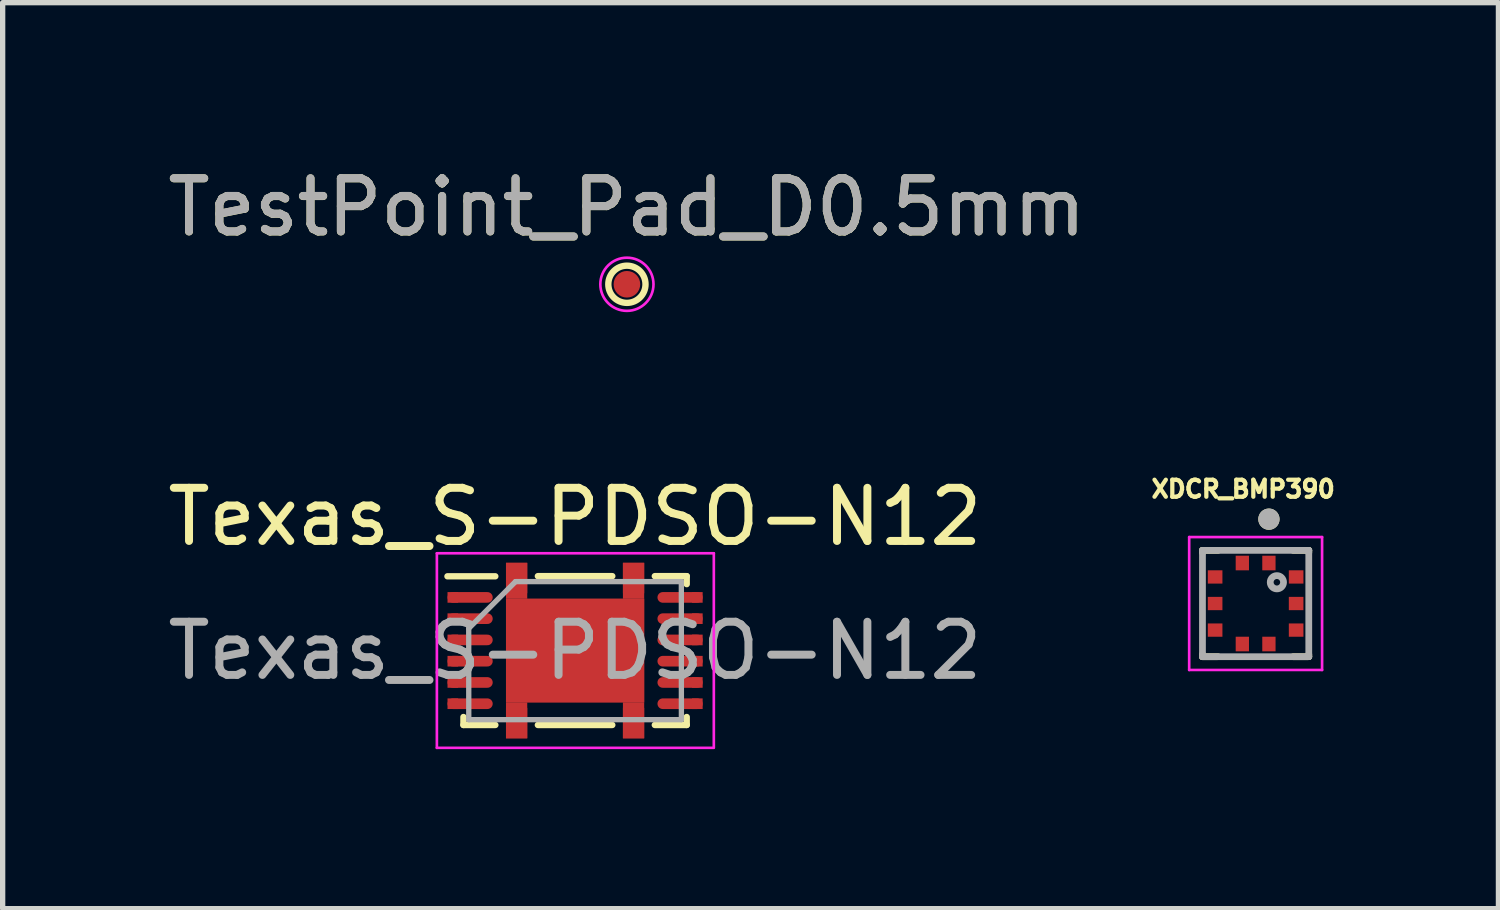
<source format=kicad_pcb>
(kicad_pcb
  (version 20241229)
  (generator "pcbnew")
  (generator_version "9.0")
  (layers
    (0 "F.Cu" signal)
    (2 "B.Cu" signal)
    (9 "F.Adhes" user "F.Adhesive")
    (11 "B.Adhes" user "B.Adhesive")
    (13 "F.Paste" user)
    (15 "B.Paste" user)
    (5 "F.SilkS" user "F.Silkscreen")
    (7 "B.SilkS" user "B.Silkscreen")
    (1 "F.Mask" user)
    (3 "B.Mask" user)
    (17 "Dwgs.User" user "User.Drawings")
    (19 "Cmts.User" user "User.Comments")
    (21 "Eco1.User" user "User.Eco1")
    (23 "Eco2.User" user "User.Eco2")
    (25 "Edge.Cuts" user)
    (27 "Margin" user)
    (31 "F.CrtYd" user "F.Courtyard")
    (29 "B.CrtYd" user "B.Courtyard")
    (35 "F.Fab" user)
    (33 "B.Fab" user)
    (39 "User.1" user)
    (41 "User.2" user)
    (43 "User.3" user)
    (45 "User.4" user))
  (footprint "Texas_S-PDSO-N12"
    (layer "F.Cu")
    (at 7.769 9.189)
    (property "Reference" "Texas_S-PDSO-N12" (at -0.001 -2.517 0) (layer "F.SilkS") (effects (font (size 1 1) (thickness 0.15))))
    (attr smd)
    (fp_line (start -2.1 1.4) (end -2.1 1.25) (stroke (width 0.12) (type solid)) (layer "F.SilkS"))
    (fp_line (start -1.501 -1.397) (end -2.401 -1.397) (stroke (width 0.12) (type solid)) (layer "F.SilkS"))
    (fp_line (start -1.5 1.4) (end -2.1 1.4) (stroke (width 0.12) (type solid)) (layer "F.SilkS"))
    (fp_line (start 0.7 -1.4) (end -0.7 -1.4) (stroke (width 0.12) (type solid)) (layer "F.SilkS"))
    (fp_line (start 0.7 1.4) (end -0.7 1.4) (stroke (width 0.12) (type solid)) (layer "F.SilkS"))
    (fp_line (start 1.5 -1.4) (end 2.1 -1.4) (stroke (width 0.12) (type solid)) (layer "F.SilkS"))
    (fp_line (start 2.1 -1.4) (end 2.1 -1.25) (stroke (width 0.12) (type solid)) (layer "F.SilkS"))
    (fp_line (start 2.1 1.4) (end 1.5 1.4) (stroke (width 0.12) (type solid)) (layer "F.SilkS"))
    (fp_line (start 2.1 1.4) (end 2.1 1.25) (stroke (width 0.12) (type solid)) (layer "F.SilkS"))
    (fp_line (start -2.6 -1.83) (end 2.61 -1.83) (stroke (width 0.05) (type solid)) (layer "F.CrtYd"))
    (fp_line (start -2.6 1.83) (end -2.6 -1.83) (stroke (width 0.05) (type solid)) (layer "F.CrtYd"))
    (fp_line (start -2.6 1.83) (end 2.61 1.83) (stroke (width 0.05) (type solid)) (layer "F.CrtYd"))
    (fp_line (start 2.61 1.82) (end 2.61 -1.83) (stroke (width 0.05) (type solid)) (layer "F.CrtYd"))
    (fp_line (start -2.001 -0.417) (end -2 1.3) (stroke (width 0.1) (type solid)) (layer "F.Fab"))
    (fp_line (start -2.001 -0.417) (end -1.121 -1.297) (stroke (width 0.1) (type solid)) (layer "F.Fab"))
    (fp_line (start -2 1.3) (end 2 1.3) (stroke (width 0.1) (type solid)) (layer "F.Fab"))
    (fp_line (start -1.121 -1.297) (end 1.999 -1.297) (stroke (width 0.1) (type solid)) (layer "F.Fab"))
    (fp_line (start 2 1.3) (end 1.999 -1.297) (stroke (width 0.1) (type solid)) (layer "F.Fab"))
    (fp_text user "${REFERENCE}" (at -0.001 0.003 0) (layer "F.Fab") (effects (font (size 1 1) (thickness 0.15))))
    (pad "1" smd rect (at -2.3 -1) (size 0.2 0.2) (layers "F.Cu" "F.Mask" "F.Paste"))
    (pad "1" smd oval (at -1.975 -1) (size 0.85 0.2) (layers "F.Cu" "F.Mask" "F.Paste"))
    (pad "2" smd rect (at -2.3 -0.6) (size 0.2 0.2) (layers "F.Cu" "F.Mask" "F.Paste"))
    (pad "2" smd oval (at -1.975 -0.6) (size 0.85 0.2) (layers "F.Cu" "F.Mask" "F.Paste"))
    (pad "3" smd rect (at -2.3 -0.2) (size 0.2 0.2) (layers "F.Cu" "F.Mask" "F.Paste"))
    (pad "3" smd oval (at -1.975 -0.2) (size 0.85 0.2) (layers "F.Cu" "F.Mask" "F.Paste"))
    (pad "4" smd rect (at -2.3 0.2) (size 0.2 0.2) (layers "F.Cu" "F.Mask" "F.Paste"))
    (pad "4" smd oval (at -1.975 0.2) (size 0.85 0.2) (layers "F.Cu" "F.Mask" "F.Paste"))
    (pad "5" smd rect (at -2.3 0.6) (size 0.2 0.2) (layers "F.Cu" "F.Mask" "F.Paste"))
    (pad "5" smd oval (at -1.975 0.6) (size 0.85 0.2) (layers "F.Cu" "F.Mask" "F.Paste"))
    (pad "6" smd rect (at -2.3 1) (size 0.2 0.2) (layers "F.Cu" "F.Mask" "F.Paste"))
    (pad "6" smd oval (at -1.975 1) (size 0.85 0.2) (layers "F.Cu" "F.Mask" "F.Paste"))
    (pad "7" smd oval (at 1.975 1) (size 0.85 0.2) (layers "F.Cu" "F.Mask" "F.Paste"))
    (pad "7" smd rect (at 2.3 1) (size 0.2 0.2) (layers "F.Cu" "F.Mask" "F.Paste"))
    (pad "8" smd oval (at 1.975 0.6) (size 0.85 0.2) (layers "F.Cu" "F.Mask" "F.Paste"))
    (pad "8" smd rect (at 2.3 0.6) (size 0.2 0.2) (layers "F.Cu" "F.Mask" "F.Paste"))
    (pad "9" smd oval (at 1.975 0.2) (size 0.85 0.2) (layers "F.Cu" "F.Mask" "F.Paste"))
    (pad "9" smd rect (at 2.3 0.2) (size 0.2 0.2) (layers "F.Cu" "F.Mask" "F.Paste"))
    (pad "10" smd oval (at 1.975 -0.2) (size 0.85 0.2) (layers "F.Cu" "F.Mask" "F.Paste"))
    (pad "10" smd rect (at 2.3 -0.2) (size 0.2 0.2) (layers "F.Cu" "F.Mask" "F.Paste"))
    (pad "11" smd oval (at 1.975 -0.6) (size 0.85 0.2) (layers "F.Cu" "F.Mask" "F.Paste"))
    (pad "11" smd rect (at 2.3 -0.6) (size 0.2 0.2) (layers "F.Cu" "F.Mask" "F.Paste"))
    (pad "12" smd oval (at 1.975 -1) (size 0.85 0.2) (layers "F.Cu" "F.Mask" "F.Paste"))
    (pad "12" smd rect (at 2.3 -1) (size 0.2 0.2) (layers "F.Cu" "F.Mask" "F.Paste"))
    (pad "13" smd rect (at -1.1 -1.365 270) (size 0.575 0.4) (layers "F.Cu" "F.Mask" "F.Paste"))
    (pad "13" smd rect (at -1.1 -1.312 270) (size 0.675 0.4) (layers "F.Cu" "F.Mask"))
    (pad "13" smd rect (at -1.1 1.312 270) (size 0.675 0.4) (layers "F.Cu" "F.Mask"))
    (pad "13" smd rect (at -1.1 1.365 270) (size 0.575 0.4) (layers "F.Cu" "F.Mask" "F.Paste"))
    (pad "13" smd rect (at -0.65 -0.487 90) (size 0.975 1.3) (layers "F.Cu" "F.Paste"))
    (pad "13" smd rect (at -0.65 0.487 90) (size 0.975 1.3) (layers "F.Cu" "F.Paste"))
    (pad "13" smd rect (at 0 0 270) (size 1.95 2.6) (layers "F.Cu" "F.Mask"))
    (pad "13" smd rect (at 0.65 -0.487 90) (size 0.975 1.3) (layers "F.Cu" "F.Paste"))
    (pad "13" smd rect (at 0.65 0.487 90) (size 0.975 1.3) (layers "F.Cu" "F.Paste"))
    (pad "13" smd rect (at 1.1 -1.365 270) (size 0.575 0.4) (layers "F.Cu" "F.Mask" "F.Paste"))
    (pad "13" smd rect (at 1.1 -1.312 270) (size 0.675 0.4) (layers "F.Cu" "F.Mask"))
    (pad "13" smd rect (at 1.1 1.312 270) (size 0.675 0.4) (layers "F.Cu" "F.Mask"))
    (pad "13" smd rect (at 1.1 1.365 270) (size 0.575 0.4) (layers "F.Cu" "F.Mask" "F.Paste")))
  (footprint "TestPoint_Pad_D0.5mm"
    (layer "F.Cu")
    (at 8.744 2.298)
    (property "Reference" "TestPoint_Pad_D0.5mm" (at 0 -1.448 0) (layer "F.SilkS") (effects (font (size 1 1) (thickness 0.15))))
    (attr exclude_from_pos_files exclude_from_bom)
    (fp_circle (center 0 0) (end 0.35 0) (stroke (width 0.12) (type solid)) (fill no) (layer "F.SilkS"))
    (fp_circle (center 0 0) (end 0.5 0) (stroke (width 0.05) (type solid)) (fill no) (layer "F.CrtYd"))
    (fp_text user "${REFERENCE}" (at 0 -1.45 0) (layer "F.Fab") (effects (font (size 1 1) (thickness 0.15))))
    (pad "1" smd circle (at 0 0) (size 0.5 0.5) (layers "F.Cu" "F.Mask")))
  (footprint "XDCR_BMP390"
    (layer "F.Cu")
    (at 20.572 8.304)
    (property "Reference" "XDCR_BMP390" (at -0.234 -2.153 0) (layer "F.SilkS") (effects (font (size 0.32 0.32) (thickness 0.15))))
    (attr smd)
    (fp_line (start -1 -1) (end -0.708 -1) (stroke (width 0.127) (type solid)) (layer "F.SilkS"))
    (fp_line (start -1 -0.958) (end -1 -1) (stroke (width 0.127) (type solid)) (layer "F.SilkS"))
    (fp_line (start -1 1) (end -1 0.958) (stroke (width 0.127) (type solid)) (layer "F.SilkS"))
    (fp_line (start -1 1) (end -0.708 1) (stroke (width 0.127) (type solid)) (layer "F.SilkS"))
    (fp_line (start 0.708 -1) (end 1 -1) (stroke (width 0.127) (type solid)) (layer "F.SilkS"))
    (fp_line (start 1 -1) (end 1 -0.958) (stroke (width 0.127) (type solid)) (layer "F.SilkS"))
    (fp_line (start 1 0.958) (end 1 1) (stroke (width 0.127) (type solid)) (layer "F.SilkS"))
    (fp_line (start 1 1) (end 0.708 1) (stroke (width 0.127) (type solid)) (layer "F.SilkS"))
    (fp_circle (center 0.25 -1.587) (end 0.35 -1.587) (stroke (width 0.2) (type solid)) (fill no) (layer "F.SilkS"))
    (fp_line (start -1.25 -1.25) (end -1.25 1.25) (stroke (width 0.05) (type solid)) (layer "F.CrtYd"))
    (fp_line (start -1.25 1.25) (end 1.25 1.25) (stroke (width 0.05) (type solid)) (layer "F.CrtYd"))
    (fp_line (start 1.25 -1.25) (end -1.25 -1.25) (stroke (width 0.05) (type solid)) (layer "F.CrtYd"))
    (fp_line (start 1.25 1.25) (end 1.25 -1.25) (stroke (width 0.05) (type solid)) (layer "F.CrtYd"))
    (fp_line (start -1 -1) (end 1 -1) (stroke (width 0.127) (type solid)) (layer "F.Fab"))
    (fp_line (start -1 1) (end -1 -1) (stroke (width 0.127) (type solid)) (layer "F.Fab"))
    (fp_line (start 1 -1) (end 1 1) (stroke (width 0.127) (type solid)) (layer "F.Fab"))
    (fp_line (start 1 1) (end -1 1) (stroke (width 0.127) (type solid)) (layer "F.Fab"))
    (fp_circle (center 0.25 -1.587) (end 0.35 -1.587) (stroke (width 0.2) (type solid)) (fill no) (layer "F.Fab"))
    (fp_circle (center 0.4 -0.4) (end 0.525 -0.4) (stroke (width 0.127) (type solid)) (fill no) (layer "F.Fab"))
    (pad "1" smd rect (at 0.25 -0.762) (size 0.25 0.275) (layers "F.Cu" "F.Mask" "F.Paste"))
    (pad "2" smd rect (at -0.25 -0.762) (size 0.25 0.275) (layers "F.Cu" "F.Mask" "F.Paste"))
    (pad "3" smd rect (at -0.762 -0.5) (size 0.275 0.25) (layers "F.Cu" "F.Mask" "F.Paste"))
    (pad "4" smd rect (at -0.762 0) (size 0.275 0.25) (layers "F.Cu" "F.Mask" "F.Paste"))
    (pad "5" smd rect (at -0.762 0.5) (size 0.275 0.25) (layers "F.Cu" "F.Mask" "F.Paste"))
    (pad "6" smd rect (at -0.25 0.762) (size 0.25 0.275) (layers "F.Cu" "F.Mask" "F.Paste"))
    (pad "7" smd rect (at 0.25 0.762) (size 0.25 0.275) (layers "F.Cu" "F.Mask" "F.Paste"))
    (pad "8" smd rect (at 0.762 0.5) (size 0.275 0.25) (layers "F.Cu" "F.Mask" "F.Paste"))
    (pad "9" smd rect (at 0.762 0) (size 0.275 0.25) (layers "F.Cu" "F.Mask" "F.Paste"))
    (pad "10" smd rect (at 0.762 -0.5) (size 0.275 0.25) (layers "F.Cu" "F.Mask" "F.Paste")))
  (gr_rect
    (start -3 -3)
    (end 25.14 14.044)
    (stroke (width 0.1) (type default))
    (fill no)
    (layer "Edge.Cuts")))
</source>
